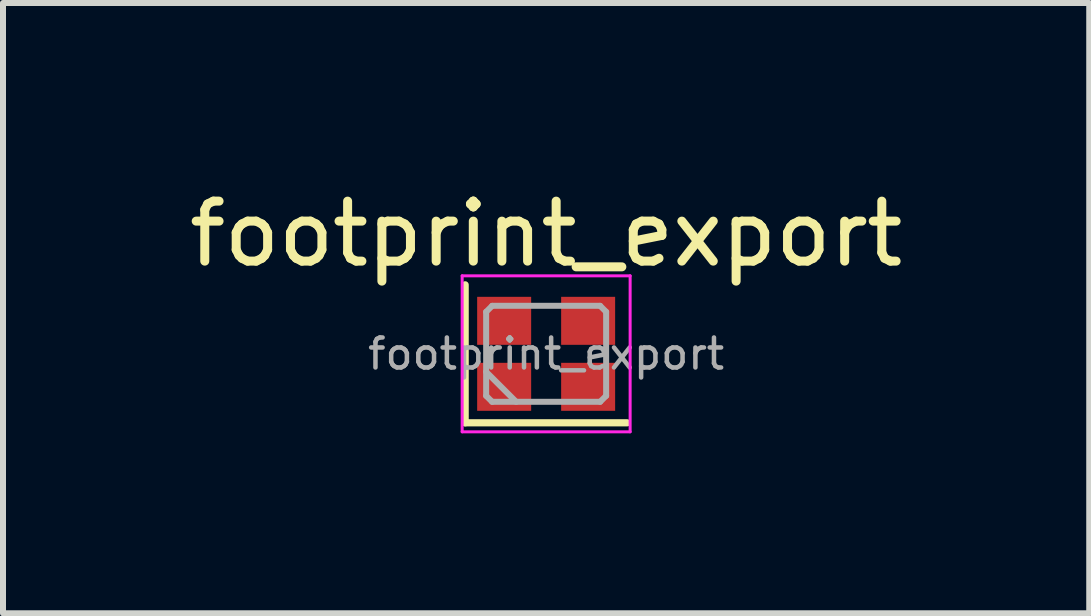
<source format=kicad_pcb>
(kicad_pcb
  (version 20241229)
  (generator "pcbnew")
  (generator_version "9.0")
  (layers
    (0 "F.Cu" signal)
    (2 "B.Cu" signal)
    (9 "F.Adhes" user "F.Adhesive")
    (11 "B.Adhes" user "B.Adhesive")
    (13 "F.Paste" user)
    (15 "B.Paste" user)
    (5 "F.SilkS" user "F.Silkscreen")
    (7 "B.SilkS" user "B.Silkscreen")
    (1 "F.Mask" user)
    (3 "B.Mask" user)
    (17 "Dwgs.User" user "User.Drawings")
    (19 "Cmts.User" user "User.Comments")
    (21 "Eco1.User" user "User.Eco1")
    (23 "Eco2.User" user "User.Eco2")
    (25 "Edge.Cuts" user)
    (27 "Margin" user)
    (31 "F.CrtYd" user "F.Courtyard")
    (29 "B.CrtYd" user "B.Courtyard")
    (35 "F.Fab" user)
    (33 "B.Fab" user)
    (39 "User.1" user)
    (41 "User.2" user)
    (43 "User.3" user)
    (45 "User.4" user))
  (footprint "footprint_export"
    (layer "F.Cu")
    (at 6.054 2.848)
    (property "Reference" "footprint_export" (at 0 -2 0) (layer "F.SilkS") (effects (font (size 1 1) (thickness 0.15))))
    (attr smd)
    (fp_line (start -1.35 -1.15) (end -1.35 1.15) (stroke (width 0.12) (type solid)) (layer "F.SilkS"))
    (fp_line (start -1.35 1.15) (end 1.35 1.15) (stroke (width 0.12) (type solid)) (layer "F.SilkS"))
    (fp_line (start -1.4 -1.3) (end -1.4 1.3) (stroke (width 0.05) (type solid)) (layer "F.CrtYd"))
    (fp_line (start -1.4 1.3) (end 1.4 1.3) (stroke (width 0.05) (type solid)) (layer "F.CrtYd"))
    (fp_line (start 1.4 -1.3) (end -1.4 -1.3) (stroke (width 0.05) (type solid)) (layer "F.CrtYd"))
    (fp_line (start 1.4 1.3) (end 1.4 -1.3) (stroke (width 0.05) (type solid)) (layer "F.CrtYd"))
    (fp_line (start -1 -0.7) (end -0.9 -0.8) (stroke (width 0.1) (type solid)) (layer "F.Fab"))
    (fp_line (start -1 0.3) (end -0.5 0.8) (stroke (width 0.1) (type solid)) (layer "F.Fab"))
    (fp_line (start -1 0.7) (end -1 -0.7) (stroke (width 0.1) (type solid)) (layer "F.Fab"))
    (fp_line (start -0.9 -0.8) (end 0.9 -0.8) (stroke (width 0.1) (type solid)) (layer "F.Fab"))
    (fp_line (start -0.9 0.8) (end -1 0.7) (stroke (width 0.1) (type solid)) (layer "F.Fab"))
    (fp_line (start 0.9 -0.8) (end 1 -0.7) (stroke (width 0.1) (type solid)) (layer "F.Fab"))
    (fp_line (start 0.9 0.8) (end -0.9 0.8) (stroke (width 0.1) (type solid)) (layer "F.Fab"))
    (fp_line (start 1 -0.7) (end 1 0.7) (stroke (width 0.1) (type solid)) (layer "F.Fab"))
    (fp_line (start 1 0.7) (end 0.9 0.8) (stroke (width 0.1) (type solid)) (layer "F.Fab"))
    (fp_text user "${REFERENCE}" (at 0 0 0) (layer "F.Fab") (effects (font (size 0.5 0.5) (thickness 0.075))))
    (pad "1" smd rect (at -0.7 0.55) (size 0.9 0.8) (layers "F.Cu" "F.Mask" "F.Paste"))
    (pad "2" smd rect (at 0.7 0.55) (size 0.9 0.8) (layers "F.Cu" "F.Mask" "F.Paste"))
    (pad "3" smd rect (at 0.7 -0.55) (size 0.9 0.8) (layers "F.Cu" "F.Mask" "F.Paste"))
    (pad "4" smd rect (at -0.7 -0.55) (size 0.9 0.8) (layers "F.Cu" "F.Mask" "F.Paste")))
  (gr_rect
    (start -3 -3)
    (end 15.107 7.173)
    (stroke (width 0.1) (type default))
    (fill no)
    (layer "Edge.Cuts")))
</source>
